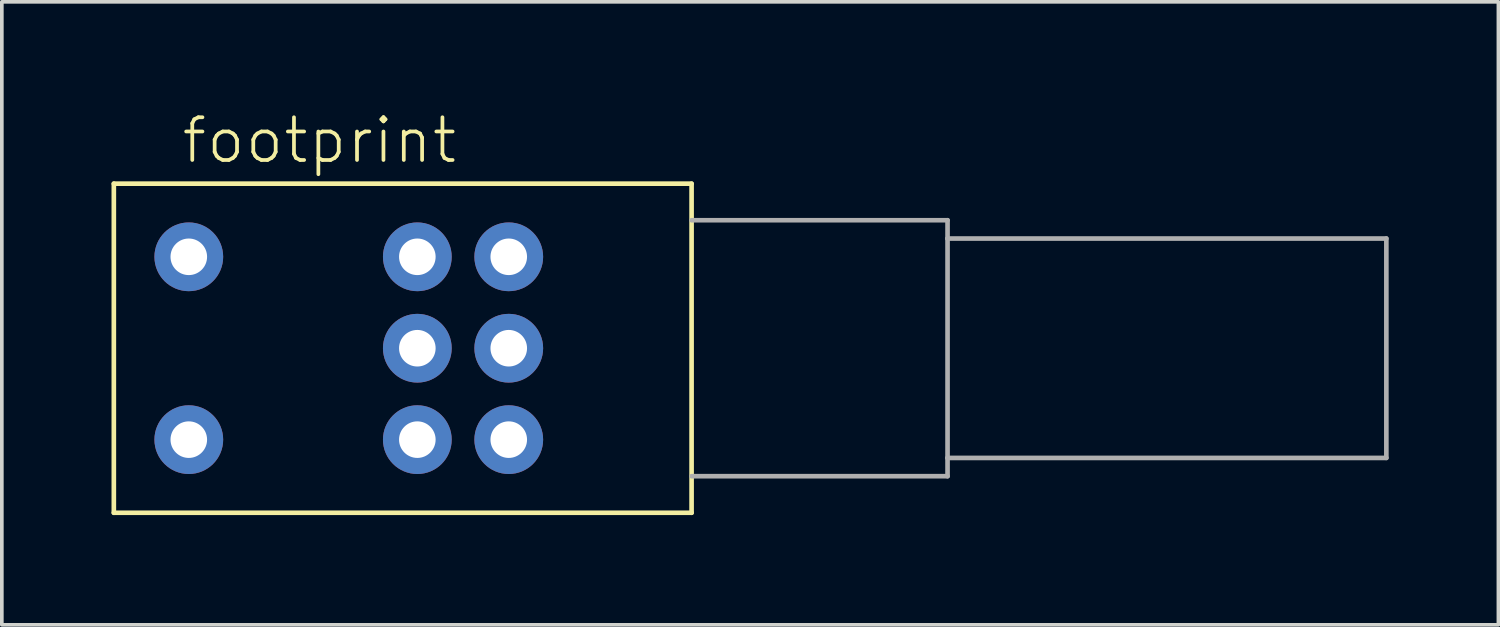
<source format=kicad_pcb>
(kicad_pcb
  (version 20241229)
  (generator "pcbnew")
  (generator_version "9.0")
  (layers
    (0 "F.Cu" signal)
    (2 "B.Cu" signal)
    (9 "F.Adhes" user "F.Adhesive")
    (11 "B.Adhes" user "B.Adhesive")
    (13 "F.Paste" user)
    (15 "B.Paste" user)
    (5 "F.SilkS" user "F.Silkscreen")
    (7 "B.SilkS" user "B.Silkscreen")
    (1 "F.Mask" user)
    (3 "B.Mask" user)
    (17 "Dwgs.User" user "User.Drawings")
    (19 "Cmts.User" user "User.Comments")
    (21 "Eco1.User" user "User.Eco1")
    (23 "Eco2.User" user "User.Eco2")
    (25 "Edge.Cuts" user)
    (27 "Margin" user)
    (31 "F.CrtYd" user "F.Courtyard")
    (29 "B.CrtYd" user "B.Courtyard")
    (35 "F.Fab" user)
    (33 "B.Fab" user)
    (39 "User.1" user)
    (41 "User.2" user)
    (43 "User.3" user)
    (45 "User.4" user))
  (footprint "footprint"
    (layer "F.Cu")
    (at 8.323 6.473)
    (property "Reference" "footprint" (at -6.46 -5 0) (layer "F.SilkS") (effects (font (size 1.168 1.168) (thickness 0.102)) (justify left bottom)))
    (fp_line (start -8.26 -4.5) (end 7.54 -4.5) (stroke (width 0.127) (type solid)) (layer "F.SilkS"))
    (fp_line (start -8.26 4.5) (end -8.26 -4.5) (stroke (width 0.127) (type solid)) (layer "F.SilkS"))
    (fp_line (start 7.54 -4.5) (end 7.54 4.5) (stroke (width 0.127) (type solid)) (layer "F.SilkS"))
    (fp_line (start 7.54 4.5) (end -8.26 4.5) (stroke (width 0.127) (type solid)) (layer "F.SilkS"))
    (fp_line (start 7.54 -3.5) (end 14.54 -3.5) (stroke (width 0.127) (type solid)) (layer "F.Fab"))
    (fp_line (start 14.54 -3.5) (end 14.54 -3) (stroke (width 0.127) (type solid)) (layer "F.Fab"))
    (fp_line (start 14.54 -3) (end 14.54 3) (stroke (width 0.127) (type solid)) (layer "F.Fab"))
    (fp_line (start 14.54 -3) (end 26.54 -3) (stroke (width 0.127) (type solid)) (layer "F.Fab"))
    (fp_line (start 14.54 3) (end 14.54 3.5) (stroke (width 0.127) (type solid)) (layer "F.Fab"))
    (fp_line (start 14.54 3.5) (end 7.54 3.5) (stroke (width 0.127) (type solid)) (layer "F.Fab"))
    (fp_line (start 26.54 -3) (end 26.54 3) (stroke (width 0.127) (type solid)) (layer "F.Fab"))
    (fp_line (start 26.54 3) (end 14.54 3) (stroke (width 0.127) (type solid)) (layer "F.Fab"))
    (pad "A1" thru_hole circle (at 2.54 -2.5) (size 1.88 1.88) (drill 1) (layers "*.Cu" "*.Mask"))
    (pad "A2" thru_hole circle (at 2.54 0) (size 1.88 1.88) (drill 1) (layers "*.Cu" "*.Mask"))
    (pad "A3" thru_hole circle (at 2.54 2.5) (size 1.88 1.88) (drill 1) (layers "*.Cu" "*.Mask"))
    (pad "B1" thru_hole circle (at 0.04 -2.5) (size 1.88 1.88) (drill 1) (layers "*.Cu" "*.Mask"))
    (pad "B2" thru_hole circle (at 0.04 0) (size 1.88 1.88) (drill 1) (layers "*.Cu" "*.Mask"))
    (pad "B3" thru_hole circle (at 0.04 2.5) (size 1.88 1.88) (drill 1) (layers "*.Cu" "*.Mask"))
    (pad "SW1" thru_hole circle (at -6.21 -2.5) (size 1.88 1.88) (drill 1) (layers "*.Cu" "*.Mask"))
    (pad "SW2" thru_hole circle (at -6.21 2.5) (size 1.88 1.88) (drill 1) (layers "*.Cu" "*.Mask")))
  (gr_rect
    (start -3 -3)
    (end 37.927 14.037)
    (stroke (width 0.1) (type default))
    (fill no)
    (layer "Edge.Cuts")))
</source>
